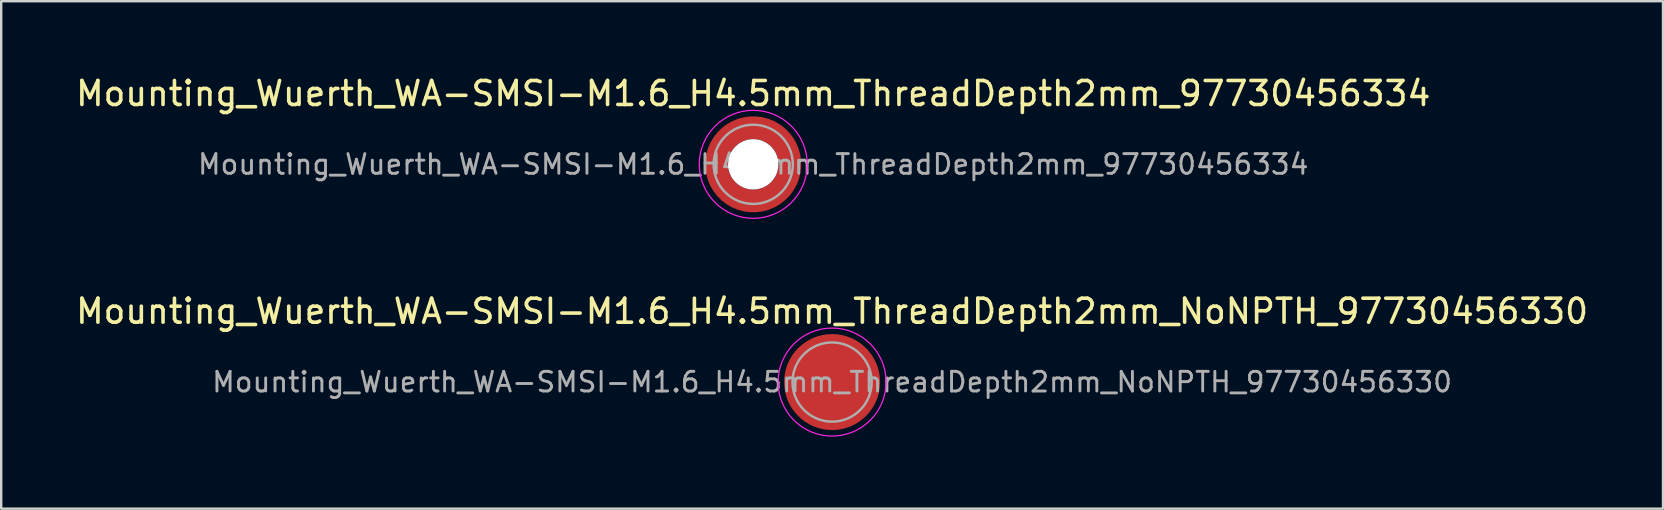
<source format=kicad_pcb>
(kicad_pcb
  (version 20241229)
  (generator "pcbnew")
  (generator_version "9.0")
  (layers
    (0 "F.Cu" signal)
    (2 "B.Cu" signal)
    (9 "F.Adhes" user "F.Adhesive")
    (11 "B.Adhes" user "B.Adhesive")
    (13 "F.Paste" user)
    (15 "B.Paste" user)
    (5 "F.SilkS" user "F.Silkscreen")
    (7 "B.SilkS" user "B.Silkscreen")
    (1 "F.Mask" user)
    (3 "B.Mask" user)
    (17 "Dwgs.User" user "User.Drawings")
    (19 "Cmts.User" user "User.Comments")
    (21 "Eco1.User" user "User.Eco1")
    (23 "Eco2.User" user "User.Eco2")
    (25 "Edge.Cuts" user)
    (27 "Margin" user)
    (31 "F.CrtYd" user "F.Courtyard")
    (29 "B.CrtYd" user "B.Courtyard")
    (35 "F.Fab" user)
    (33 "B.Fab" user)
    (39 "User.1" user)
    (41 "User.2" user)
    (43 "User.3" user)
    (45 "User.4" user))
  (footprint "Mounting_Wuerth_WA-SMSI-M1.6_H4.5mm_ThreadDepth2mm_NoNPTH_97730456330"
    (layer "F.Cu")
    (at 31.625 12.871)
    (property "Reference" "Mounting_Wuerth_WA-SMSI-M1.6_H4.5mm_ThreadDepth2mm_NoNPTH_97730456330" (at 0 -2.95 0) (layer "F.SilkS") (effects (font (size 1 1) (thickness 0.15))))
    (attr smd)
    (fp_circle (center 0 0) (end 2.25 0) (stroke (width 0.05) (type solid)) (fill no) (layer "F.CrtYd"))
    (fp_circle (center 0 0) (end 1.65 0) (stroke (width 0.1) (type solid)) (fill no) (layer "F.Fab"))
    (fp_text user "${REFERENCE}" (at 0 0 0) (layer "F.Fab") (effects (font (size 0.82 0.82) (thickness 0.12))))
    (pad "" smd custom (at -0.778 -0.778) (size 1.2 1.2) (layers "F.Paste") (options (anchor circle)) (primitives (gr_arc (start 0.465568 0.527817) (mid 0.494887 0.495062) (end 0.527624 0.465723) (width 0.2)) (gr_arc (start 0.344805 0.527817) (mid 0.424264 0.424264) (end 0.527818 0.344805) (width 0.2)) (gr_arc (start 0.232382 0.527817) (mid 0.353364 0.353743) (end 0.527329 0.232606) (width 0.2)) (gr_arc (start 0.123983 0.527817) (mid 0.282626 0.28306) (end 0.527243 0.124203) (width 0.2)) (gr_arc (start 0.017883 0.527817) (mid 0.211737 0.212527) (end 0.526755 0.018233) (width 0.2)) (gr_arc (start -0.086763 0.527817) (mid 0.141173 0.14167) (end 0.527142 -0.086568) (width 0.2)) (gr_arc (start -0.190428 0.527817) (mid 0.070433 0.070988) (end 0.527057 -0.190232) (width 0.2)) (gr_arc (start -0.293397 0.527817) (mid -0.000182 0.000182) (end 0.527315 -0.29328) (width 0.2)) (gr_arc (start -0.395852 0.527817) (mid -0.071085 -0.070336) (end 0.526781 -0.395631) (width 0.2)) (gr_arc (start -0.497918 0.527817) (mid -0.141622 -0.141221) (end 0.52726 -0.497809) (width 0.2)) (gr_arc (start -0.59968 0.527817) (mid -0.212364 -0.2119) (end 0.527171 -0.599563) (width 0.2)) (gr_arc (start -0.701202 0.527817) (mid -0.282952 -0.282733) (end 0.527511 -0.70115) (width 0.2)) (gr_arc (start -0.802531 0.527817) (mid -0.353765 -0.353343) (end 0.527227 -0.802438) (width 0.2)) (gr_arc (start -0.9037 0.527817) (mid -0.425176 -0.423352) (end 0.525265 -0.903319) (width 0.2)) (gr_arc (start -1.004737 0.527817) (mid -0.49534 -0.49461) (end 0.526794 -1.004593) (width 0.2)) (gr_line (start 0.528 0.466) (end 0.528 -1.005) (width 0.2)) (gr_line (start 0.466 0.528) (end -1.005 0.528) (width 0.2))))
    (pad "" smd custom (at -0.778 0.778) (size 1.2 1.2) (layers "F.Paste") (options (anchor circle)) (primitives (gr_arc (start 0.527817 -0.465568) (mid 0.495062 -0.494887) (end 0.465723 -0.527624) (width 0.2)) (gr_arc (start 0.527817 -0.344805) (mid 0.424264 -0.424264) (end 0.344805 -0.527818) (width 0.2)) (gr_arc (start 0.527817 -0.232382) (mid 0.353743 -0.353364) (end 0.232606 -0.527329) (width 0.2)) (gr_arc (start 0.527817 -0.123983) (mid 0.28306 -0.282626) (end 0.124203 -0.527243) (width 0.2)) (gr_arc (start 0.527817 -0.017883) (mid 0.212527 -0.211737) (end 0.018233 -0.526755) (width 0.2)) (gr_arc (start 0.527817 0.086763) (mid 0.14167 -0.141173) (end -0.086568 -0.527142) (width 0.2)) (gr_arc (start 0.527817 0.190428) (mid 0.070988 -0.070433) (end -0.190232 -0.527057) (width 0.2)) (gr_arc (start 0.527817 0.293397) (mid 0.000182 0.000182) (end -0.29328 -0.527315) (width 0.2)) (gr_arc (start 0.527817 0.395852) (mid -0.070336 0.071085) (end -0.395631 -0.526781) (width 0.2)) (gr_arc (start 0.527817 0.497918) (mid -0.141221 0.141622) (end -0.497809 -0.52726) (width 0.2)) (gr_arc (start 0.527817 0.59968) (mid -0.2119 0.212364) (end -0.599563 -0.527171) (width 0.2)) (gr_arc (start 0.527817 0.701202) (mid -0.282733 0.282952) (end -0.70115 -0.527511) (width 0.2)) (gr_arc (start 0.527817 0.802531) (mid -0.353343 0.353765) (end -0.802438 -0.527227) (width 0.2)) (gr_arc (start 0.527817 0.9037) (mid -0.423352 0.425176) (end -0.903319 -0.525265) (width 0.2)) (gr_arc (start 0.527817 1.004737) (mid -0.49461 0.49534) (end -1.004593 -0.526794) (width 0.2)) (gr_line (start 0.466 -0.528) (end -1.005 -0.528) (width 0.2)) (gr_line (start 0.528 -0.466) (end 0.528 1.005) (width 0.2))))
    (pad "" smd custom (at 0.778 -0.778) (size 1.2 1.2) (layers "F.Paste") (options (anchor circle)) (primitives (gr_arc (start -0.527817 0.465568) (mid -0.495062 0.494887) (end -0.465723 0.527624) (width 0.2)) (gr_arc (start -0.527817 0.344805) (mid -0.424264 0.424264) (end -0.344805 0.527818) (width 0.2)) (gr_arc (start -0.527817 0.232382) (mid -0.353743 0.353364) (end -0.232606 0.527329) (width 0.2)) (gr_arc (start -0.527817 0.123983) (mid -0.28306 0.282626) (end -0.124203 0.527243) (width 0.2)) (gr_arc (start -0.527817 0.017883) (mid -0.212527 0.211737) (end -0.018233 0.526755) (width 0.2)) (gr_arc (start -0.527817 -0.086763) (mid -0.14167 0.141173) (end 0.086568 0.527142) (width 0.2)) (gr_arc (start -0.527817 -0.190428) (mid -0.070988 0.070433) (end 0.190232 0.527057) (width 0.2)) (gr_arc (start -0.527817 -0.293397) (mid -0.000182 -0.000182) (end 0.29328 0.527315) (width 0.2)) (gr_arc (start -0.527817 -0.395852) (mid 0.070336 -0.071085) (end 0.395631 0.526781) (width 0.2)) (gr_arc (start -0.527817 -0.497918) (mid 0.141221 -0.141622) (end 0.497809 0.52726) (width 0.2)) (gr_arc (start -0.527817 -0.59968) (mid 0.2119 -0.212364) (end 0.599563 0.527171) (width 0.2)) (gr_arc (start -0.527817 -0.701202) (mid 0.282733 -0.282952) (end 0.70115 0.527511) (width 0.2)) (gr_arc (start -0.527817 -0.802531) (mid 0.353343 -0.353765) (end 0.802438 0.527227) (width 0.2)) (gr_arc (start -0.527817 -0.9037) (mid 0.423352 -0.425176) (end 0.903319 0.525265) (width 0.2)) (gr_arc (start -0.527817 -1.004737) (mid 0.49461 -0.49534) (end 1.004593 0.526794) (width 0.2)) (gr_line (start -0.466 0.528) (end 1.005 0.528) (width 0.2)) (gr_line (start -0.528 0.466) (end -0.528 -1.005) (width 0.2))))
    (pad "" smd custom (at 0.778 0.778) (size 1.2 1.2) (layers "F.Paste") (options (anchor circle)) (primitives (gr_arc (start -0.465568 -0.527817) (mid -0.494887 -0.495062) (end -0.527624 -0.465723) (width 0.2)) (gr_arc (start -0.344805 -0.527817) (mid -0.424264 -0.424264) (end -0.527818 -0.344805) (width 0.2)) (gr_arc (start -0.232382 -0.527817) (mid -0.353364 -0.353743) (end -0.527329 -0.232606) (width 0.2)) (gr_arc (start -0.123983 -0.527817) (mid -0.282626 -0.28306) (end -0.527243 -0.124203) (width 0.2)) (gr_arc (start -0.017883 -0.527817) (mid -0.211737 -0.212527) (end -0.526755 -0.018233) (width 0.2)) (gr_arc (start 0.086763 -0.527817) (mid -0.141173 -0.14167) (end -0.527142 0.086568) (width 0.2)) (gr_arc (start 0.190428 -0.527817) (mid -0.070433 -0.070988) (end -0.527057 0.190232) (width 0.2)) (gr_arc (start 0.293397 -0.527817) (mid 0.000182 -0.000182) (end -0.527315 0.29328) (width 0.2)) (gr_arc (start 0.395852 -0.527817) (mid 0.071085 0.070336) (end -0.526781 0.395631) (width 0.2)) (gr_arc (start 0.497918 -0.527817) (mid 0.141622 0.141221) (end -0.52726 0.497809) (width 0.2)) (gr_arc (start 0.59968 -0.527817) (mid 0.212364 0.2119) (end -0.527171 0.599563) (width 0.2)) (gr_arc (start 0.701202 -0.527817) (mid 0.282952 0.282733) (end -0.527511 0.70115) (width 0.2)) (gr_arc (start 0.802531 -0.527817) (mid 0.353765 0.353343) (end -0.527227 0.802438) (width 0.2)) (gr_arc (start 0.9037 -0.527817) (mid 0.425176 0.423352) (end -0.525265 0.903319) (width 0.2)) (gr_arc (start 1.004737 -0.527817) (mid 0.49534 0.49461) (end -0.526794 1.004593) (width 0.2)) (gr_line (start -0.528 -0.466) (end -0.528 1.005) (width 0.2)) (gr_line (start -0.466 -0.528) (end 1.005 -0.528) (width 0.2))))
    (pad "1" smd circle (at 0 0) (size 4 4) (layers "F.Cu" "F.Mask")))
  (footprint "Mounting_Wuerth_WA-SMSI-M1.6_H4.5mm_ThreadDepth2mm_97730456334"
    (layer "F.Cu")
    (at 28.339 3.798)
    (property "Reference" "Mounting_Wuerth_WA-SMSI-M1.6_H4.5mm_ThreadDepth2mm_97730456334" (at 0 -2.95 0) (layer "F.SilkS") (effects (font (size 1 1) (thickness 0.15))))
    (attr smd)
    (fp_circle (center 0 0) (end 2.25 0) (stroke (width 0.05) (type solid)) (fill no) (layer "F.CrtYd"))
    (fp_circle (center 0 0) (end 1.65 0) (stroke (width 0.1) (type solid)) (fill no) (layer "F.Fab"))
    (fp_text user "${REFERENCE}" (at 0 0 0) (layer "F.Fab") (effects (font (size 0.82 0.82) (thickness 0.12))))
    (pad "" smd custom (at -1.061 -1.061) (size 0.4 0.4) (layers "F.Paste") (options (anchor circle)) (primitives (gr_arc (start -0.101235 0.76066) (mid 0.211799 0.212465) (end 0.759748 -0.100999) (width 0.2)) (gr_arc (start -0.204251 0.76066) (mid 0.141299 0.141544) (end 0.760323 -0.204171) (width 0.2)) (gr_arc (start -0.306819 0.76066) (mid 0.070255 0.071167) (end 0.759401 -0.306542) (width 0.2)) (gr_arc (start -0.409034 0.76066) (mid -0.000242 0.000241) (end 0.759991 -0.408897) (width 0.2)) (gr_arc (start -0.510963 0.76066) (mid -0.071561 -0.06986) (end 0.758297 -0.51051) (width 0.2)) (gr_arc (start -0.61266 0.76066) (mid -0.142171 -0.140671) (end 0.758572 -0.612284) (width 0.2)) (gr_arc (start -0.714164 0.76066) (mid -0.212264 -0.212) (end 0.760292 -0.714102) (width 0.2)) (gr_line (start 0.761 -0.101) (end 0.761 -0.714) (width 0.2)) (gr_line (start -0.101 0.761) (end -0.714 0.761) (width 0.2))))
    (pad "" smd custom (at -1.061 1.061) (size 0.4 0.4) (layers "F.Paste") (options (anchor circle)) (primitives (gr_arc (start 0.76066 0.101235) (mid 0.212465 -0.211799) (end -0.100999 -0.759748) (width 0.2)) (gr_arc (start 0.76066 0.204251) (mid 0.141544 -0.141299) (end -0.204171 -0.760323) (width 0.2)) (gr_arc (start 0.76066 0.306819) (mid 0.071167 -0.070255) (end -0.306542 -0.759401) (width 0.2)) (gr_arc (start 0.76066 0.409034) (mid 0.000241 0.000242) (end -0.408897 -0.759991) (width 0.2)) (gr_arc (start 0.76066 0.510963) (mid -0.06986 0.071561) (end -0.51051 -0.758297) (width 0.2)) (gr_arc (start 0.76066 0.61266) (mid -0.140671 0.142171) (end -0.612284 -0.758572) (width 0.2)) (gr_arc (start 0.76066 0.714164) (mid -0.212 0.212264) (end -0.714102 -0.760292) (width 0.2)) (gr_line (start -0.101 -0.761) (end -0.714 -0.761) (width 0.2)) (gr_line (start 0.761 0.101) (end 0.761 0.714) (width 0.2))))
    (pad "" np_thru_hole circle (at 0 0) (size 2.1 2.1) (drill 2.1) (layers "*.Cu" "*.Mask"))
    (pad "" smd custom (at 1.061 -1.061) (size 0.4 0.4) (layers "F.Paste") (options (anchor circle)) (primitives (gr_arc (start -0.76066 -0.101235) (mid -0.212465 0.211799) (end 0.100999 0.759748) (width 0.2)) (gr_arc (start -0.76066 -0.204251) (mid -0.141544 0.141299) (end 0.204171 0.760323) (width 0.2)) (gr_arc (start -0.76066 -0.306819) (mid -0.071167 0.070255) (end 0.306542 0.759401) (width 0.2)) (gr_arc (start -0.76066 -0.409034) (mid -0.000241 -0.000242) (end 0.408897 0.759991) (width 0.2)) (gr_arc (start -0.76066 -0.510963) (mid 0.06986 -0.071561) (end 0.51051 0.758297) (width 0.2)) (gr_arc (start -0.76066 -0.61266) (mid 0.140671 -0.142171) (end 0.612284 0.758572) (width 0.2)) (gr_arc (start -0.76066 -0.714164) (mid 0.212 -0.212264) (end 0.714102 0.760292) (width 0.2)) (gr_line (start 0.101 0.761) (end 0.714 0.761) (width 0.2)) (gr_line (start -0.761 -0.101) (end -0.761 -0.714) (width 0.2))))
    (pad "" smd custom (at 1.061 1.061) (size 0.4 0.4) (layers "F.Paste") (options (anchor circle)) (primitives (gr_arc (start 0.101235 -0.76066) (mid -0.211799 -0.212465) (end -0.759748 0.100999) (width 0.2)) (gr_arc (start 0.204251 -0.76066) (mid -0.141299 -0.141544) (end -0.760323 0.204171) (width 0.2)) (gr_arc (start 0.306819 -0.76066) (mid -0.070255 -0.071167) (end -0.759401 0.306542) (width 0.2)) (gr_arc (start 0.409034 -0.76066) (mid 0.000242 -0.000241) (end -0.759991 0.408897) (width 0.2)) (gr_arc (start 0.510963 -0.76066) (mid 0.071561 0.06986) (end -0.758297 0.51051) (width 0.2)) (gr_arc (start 0.61266 -0.76066) (mid 0.142171 0.140671) (end -0.758572 0.612284) (width 0.2)) (gr_arc (start 0.714164 -0.76066) (mid 0.212264 0.212) (end -0.760292 0.714102) (width 0.2)) (gr_line (start -0.761 0.101) (end -0.761 0.714) (width 0.2)) (gr_line (start 0.101 -0.761) (end 0.714 -0.761) (width 0.2))))
    (pad "1" smd circle (at -1.525 0) (size 0.55 0.55) (layers "F.Cu"))
    (pad "1" smd circle (at 0 -1.525) (size 0.55 0.55) (layers "F.Cu"))
    (pad "1" smd circle (at 0 1.525) (size 0.55 0.55) (layers "F.Cu"))
    (pad "1" smd custom (at 1.525 0) (size 0.55 0.55) (layers "F.Cu" "F.Mask") (options (anchor circle)) (primitives (gr_circle (center -1.525 0) (end 0 0) (width 0.95) (fill no)))))
  (gr_rect
    (start -3 -3)
    (end 66.25 18.146)
    (stroke (width 0.1) (type default))
    (fill no)
    (layer "Edge.Cuts")))
</source>
